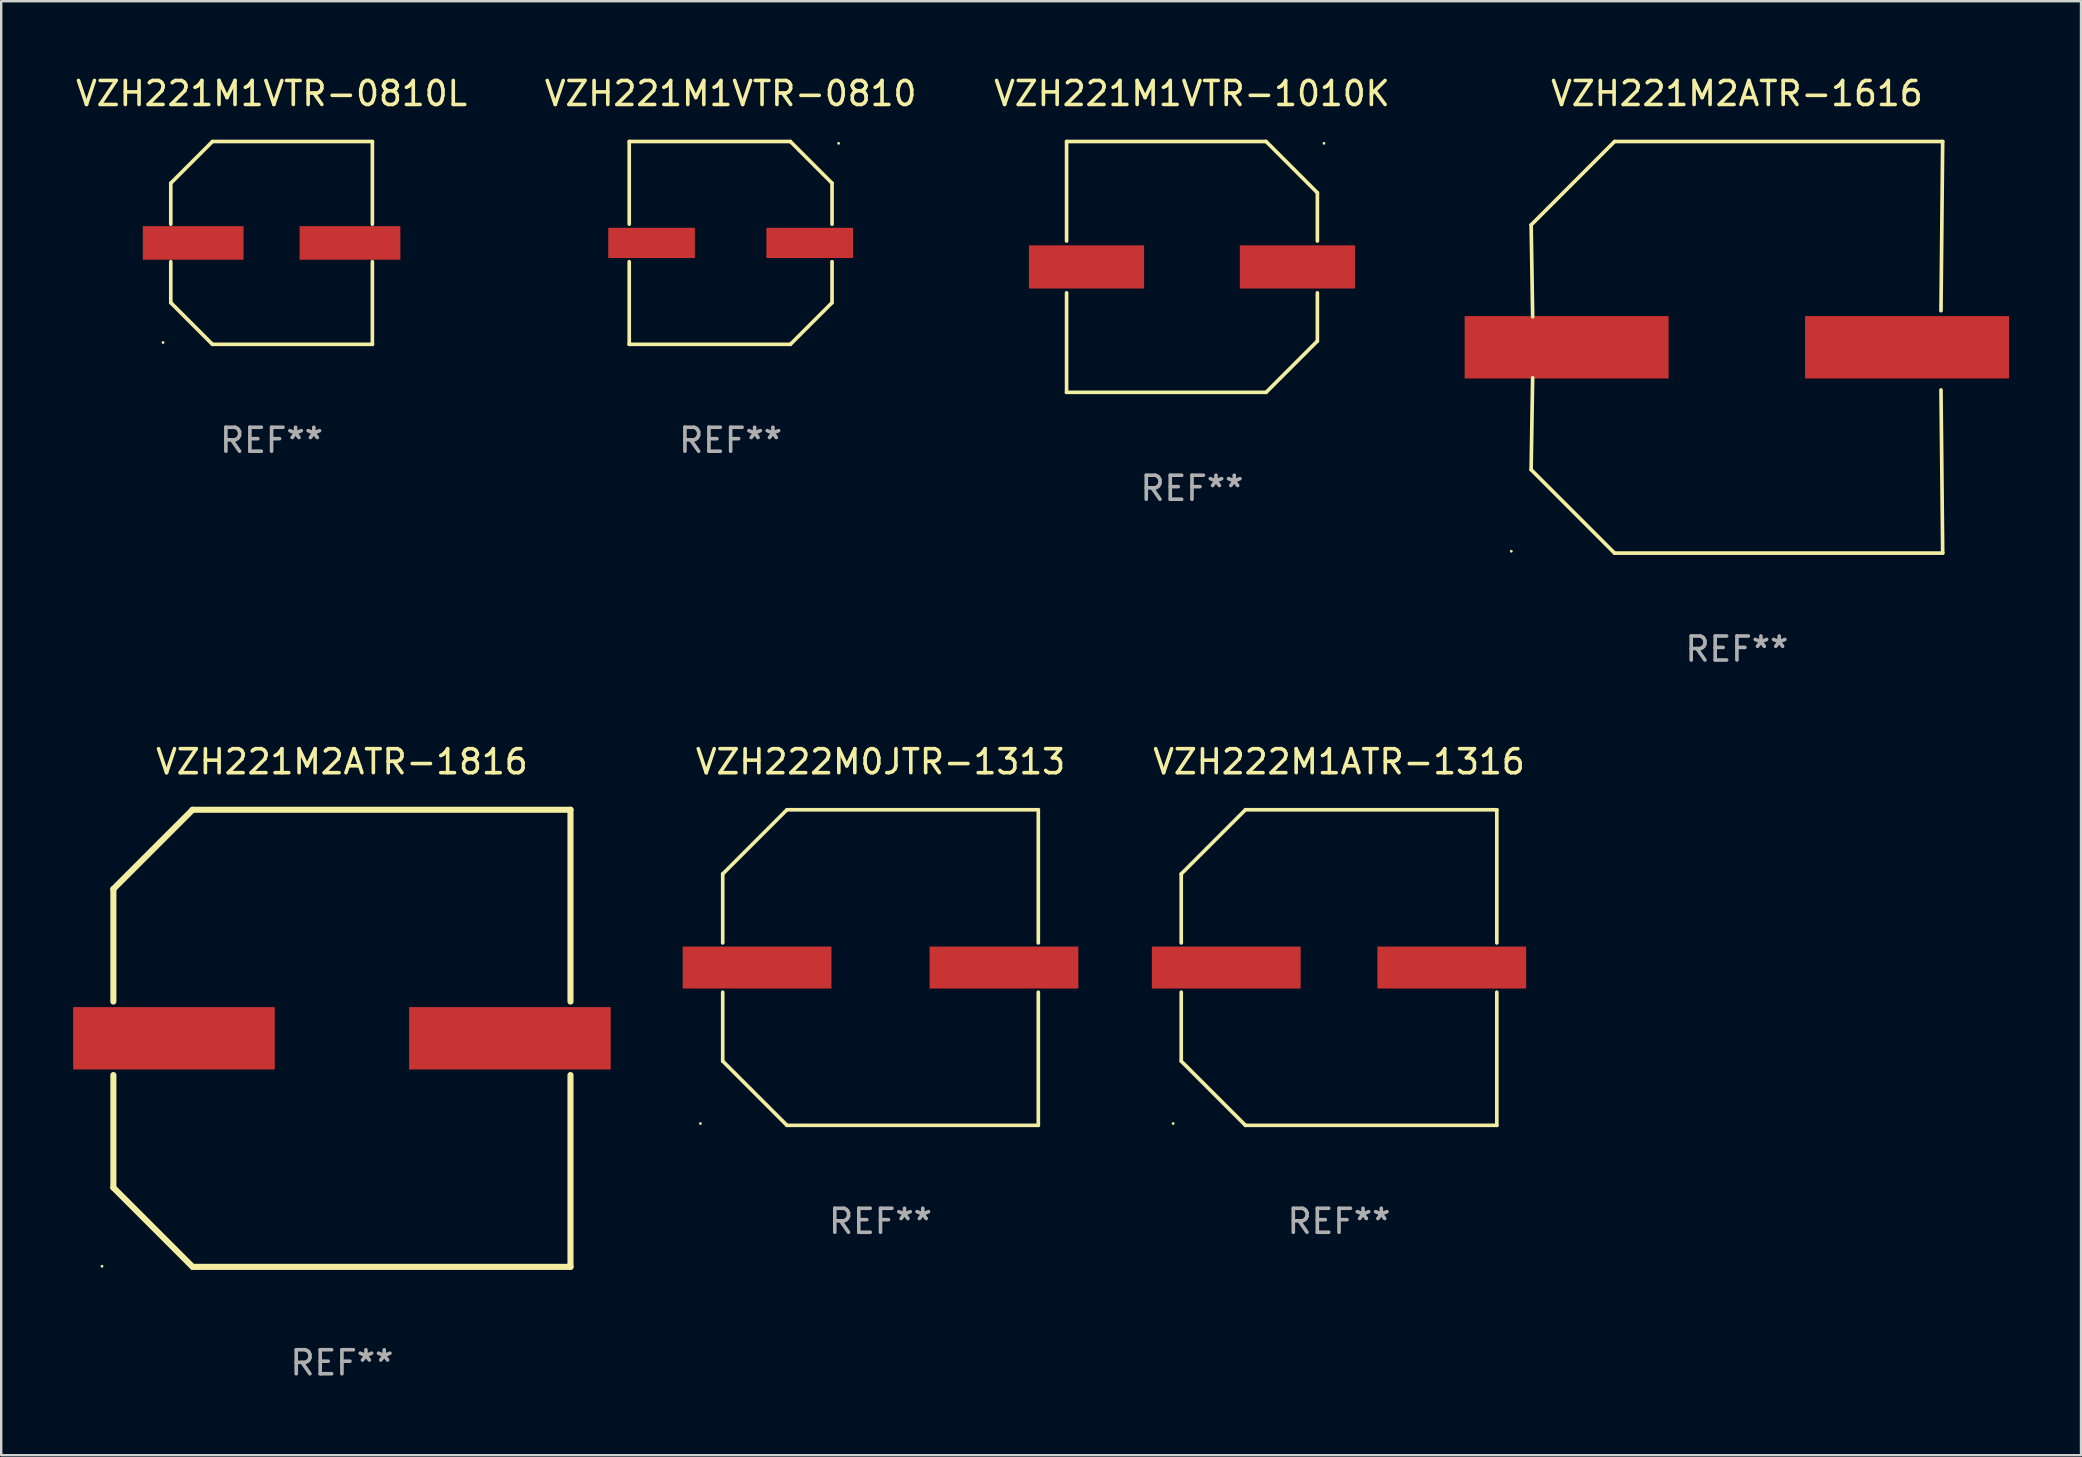
<source format=kicad_pcb>
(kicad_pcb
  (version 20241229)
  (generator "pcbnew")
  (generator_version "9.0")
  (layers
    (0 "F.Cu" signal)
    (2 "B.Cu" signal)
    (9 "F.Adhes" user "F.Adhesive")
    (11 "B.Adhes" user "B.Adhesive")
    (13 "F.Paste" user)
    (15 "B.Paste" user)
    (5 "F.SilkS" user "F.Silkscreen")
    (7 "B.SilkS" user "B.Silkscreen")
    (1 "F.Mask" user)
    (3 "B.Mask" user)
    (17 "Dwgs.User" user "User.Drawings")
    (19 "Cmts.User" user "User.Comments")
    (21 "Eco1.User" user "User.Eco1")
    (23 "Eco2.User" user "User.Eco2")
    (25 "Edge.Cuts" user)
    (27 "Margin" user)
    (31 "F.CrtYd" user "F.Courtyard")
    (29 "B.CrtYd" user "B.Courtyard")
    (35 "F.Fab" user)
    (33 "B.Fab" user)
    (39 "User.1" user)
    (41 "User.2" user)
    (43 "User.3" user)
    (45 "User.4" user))
  (footprint "VZH221M1VTR-0810L"
    (layer "F.Cu")
    (at 8.268 7.074)
    (property "Reference" "VZH221M1VTR-0810L" (at 0 -6.226 0) (layer "F.SilkS") (effects (font (size 1 1) (thickness 0.15))))
    (attr through_hole)
    (fp_line (start -4.201 -2.49) (end -4.201 -0.782) (stroke (width 0.152) (type solid)) (layer "F.SilkS"))
    (fp_line (start -4.201 2.49) (end -4.201 0.782) (stroke (width 0.152) (type solid)) (layer "F.SilkS"))
    (fp_line (start -2.465 -4.226) (end -4.201 -2.49) (stroke (width 0.152) (type solid)) (layer "F.SilkS"))
    (fp_line (start -2.465 4.226) (end -4.201 2.49) (stroke (width 0.152) (type solid)) (layer "F.SilkS"))
    (fp_line (start 4.201 -4.226) (end -2.465 -4.226) (stroke (width 0.152) (type solid)) (layer "F.SilkS"))
    (fp_line (start 4.201 -0.782) (end 4.201 -4.226) (stroke (width 0.152) (type solid)) (layer "F.SilkS"))
    (fp_line (start 4.201 0.782) (end 4.201 4.226) (stroke (width 0.152) (type solid)) (layer "F.SilkS"))
    (fp_line (start 4.201 4.226) (end -2.465 4.226) (stroke (width 0.152) (type solid)) (layer "F.SilkS"))
    (fp_circle (center -4.524 4.15) (end -4.494 4.15) (stroke (width 0.06) (type solid)) (fill no) (layer "F.SilkS"))
    (fp_text user "REF**" (at 0 8.226 0) (layer "F.Fab") (effects (font (size 1 1) (thickness 0.15))))
    (pad "1" smd rect (at -3.267 0) (size 4.2 1.4) (layers "F.Cu" "F.Mask" "F.Paste"))
    (pad "2" smd rect (at 3.267 0) (size 4.2 1.4) (layers "F.Cu" "F.Mask" "F.Paste")))
  (footprint "VZH222M0JTR-1313"
    (layer "F.Cu")
    (at 33.645 37.272)
    (property "Reference" "VZH222M0JTR-1313" (at 0 -8.576 0) (layer "F.SilkS") (effects (font (size 1 1) (thickness 0.15))))
    (attr through_hole)
    (fp_line (start -6.576 -3.9) (end -6.576 -1.027) (stroke (width 0.152) (type solid)) (layer "F.SilkS"))
    (fp_line (start -6.576 3.9) (end -6.576 1.027) (stroke (width 0.152) (type solid)) (layer "F.SilkS"))
    (fp_line (start -3.9 -6.576) (end -6.576 -3.9) (stroke (width 0.152) (type solid)) (layer "F.SilkS"))
    (fp_line (start -3.9 6.576) (end -6.576 3.9) (stroke (width 0.152) (type solid)) (layer "F.SilkS"))
    (fp_line (start 6.576 -6.576) (end -3.9 -6.576) (stroke (width 0.152) (type solid)) (layer "F.SilkS"))
    (fp_line (start 6.576 -1.027) (end 6.576 -6.576) (stroke (width 0.152) (type solid)) (layer "F.SilkS"))
    (fp_line (start 6.576 1.027) (end 6.576 6.576) (stroke (width 0.152) (type solid)) (layer "F.SilkS"))
    (fp_line (start 6.576 6.576) (end -3.9 6.576) (stroke (width 0.152) (type solid)) (layer "F.SilkS"))
    (fp_circle (center -7.506 6.5) (end -7.476 6.5) (stroke (width 0.06) (type solid)) (fill no) (layer "F.SilkS"))
    (fp_text user "REF**" (at 0 10.576 0) (layer "F.Fab") (effects (font (size 1 1) (thickness 0.15))))
    (pad "1" smd rect (at -5.145 0) (size 6.2 1.75) (layers "F.Cu" "F.Mask" "F.Paste"))
    (pad "2" smd rect (at 5.145 0) (size 6.2 1.75) (layers "F.Cu" "F.Mask" "F.Paste")))
  (footprint "VZH221M2ATR-1816"
    (layer "F.Cu")
    (at 11.2 40.221)
    (property "Reference" "VZH221M2ATR-1816" (at 0 -11.525 0) (layer "F.SilkS") (effects (font (size 1 1) (thickness 0.15))))
    (attr through_hole)
    (fp_line (start -9.525 -6.223) (end -9.525 -1.531) (stroke (width 0.254) (type solid)) (layer "F.SilkS"))
    (fp_line (start -9.525 1.531) (end -9.525 6.223) (stroke (width 0.254) (type solid)) (layer "F.SilkS"))
    (fp_line (start -9.525 6.223) (end -6.223 9.525) (stroke (width 0.254) (type solid)) (layer "F.SilkS"))
    (fp_line (start -6.223 -9.525) (end -9.525 -6.223) (stroke (width 0.254) (type solid)) (layer "F.SilkS"))
    (fp_line (start -6.223 9.525) (end 9.525 9.525) (stroke (width 0.254) (type solid)) (layer "F.SilkS"))
    (fp_line (start 9.525 -9.525) (end -6.223 -9.525) (stroke (width 0.254) (type solid)) (layer "F.SilkS"))
    (fp_line (start 9.525 -1.531) (end 9.525 -9.525) (stroke (width 0.254) (type solid)) (layer "F.SilkS"))
    (fp_line (start 9.525 9.525) (end 9.525 1.531) (stroke (width 0.254) (type solid)) (layer "F.SilkS"))
    (fp_circle (center -10 9.5) (end -9.97 9.5) (stroke (width 0.06) (type solid)) (fill no) (layer "F.SilkS"))
    (fp_text user "REF**" (at 0 13.525 0) (layer "F.Fab") (effects (font (size 1 1) (thickness 0.15))))
    (pad "1" smd rect (at -7 0) (size 8.4 2.6) (layers "F.Cu" "F.Mask" "F.Paste"))
    (pad "2" smd rect (at 7 0) (size 8.4 2.6) (layers "F.Cu" "F.Mask" "F.Paste")))
  (footprint "VZH222M1ATR-1316"
    (layer "F.Cu")
    (at 52.753 37.272)
    (property "Reference" "VZH222M1ATR-1316" (at 0 -8.576 0) (layer "F.SilkS") (effects (font (size 1 1) (thickness 0.15))))
    (attr through_hole)
    (fp_line (start -6.576 -3.9) (end -6.576 -1.027) (stroke (width 0.152) (type solid)) (layer "F.SilkS"))
    (fp_line (start -6.576 3.9) (end -6.576 1.027) (stroke (width 0.152) (type solid)) (layer "F.SilkS"))
    (fp_line (start -3.9 -6.576) (end -6.576 -3.9) (stroke (width 0.152) (type solid)) (layer "F.SilkS"))
    (fp_line (start -3.9 6.576) (end -6.576 3.9) (stroke (width 0.152) (type solid)) (layer "F.SilkS"))
    (fp_line (start 6.576 -6.576) (end -3.9 -6.576) (stroke (width 0.152) (type solid)) (layer "F.SilkS"))
    (fp_line (start 6.576 -1.027) (end 6.576 -6.576) (stroke (width 0.152) (type solid)) (layer "F.SilkS"))
    (fp_line (start 6.576 1.027) (end 6.576 6.576) (stroke (width 0.152) (type solid)) (layer "F.SilkS"))
    (fp_line (start 6.576 6.576) (end -3.9 6.576) (stroke (width 0.152) (type solid)) (layer "F.SilkS"))
    (fp_circle (center -6.913 6.5) (end -6.883 6.5) (stroke (width 0.06) (type solid)) (fill no) (layer "F.SilkS"))
    (fp_text user "REF**" (at 0 10.576 0) (layer "F.Fab") (effects (font (size 1 1) (thickness 0.15))))
    (pad "1" smd rect (at -4.7 0) (size 6.2 1.75) (layers "F.Cu" "F.Mask" "F.Paste"))
    (pad "2" smd rect (at 4.7 0) (size 6.2 1.75) (layers "F.Cu" "F.Mask" "F.Paste")))
  (footprint "VZH221M1VTR-0810"
    (layer "F.Cu")
    (at 27.399 7.074)
    (property "Reference" "VZH221M1VTR-0810" (at 0 -6.226 0) (layer "F.SilkS") (effects (font (size 1 1) (thickness 0.15))))
    (attr through_hole)
    (fp_line (start -4.226 -4.226) (end 2.49 -4.226) (stroke (width 0.152) (type solid)) (layer "F.SilkS"))
    (fp_line (start -4.226 -0.782) (end -4.226 -4.226) (stroke (width 0.152) (type solid)) (layer "F.SilkS"))
    (fp_line (start -4.226 0.782) (end -4.226 4.226) (stroke (width 0.152) (type solid)) (layer "F.SilkS"))
    (fp_line (start -4.226 4.226) (end 2.49 4.226) (stroke (width 0.152) (type solid)) (layer "F.SilkS"))
    (fp_line (start 2.49 -4.226) (end 4.226 -2.49) (stroke (width 0.152) (type solid)) (layer "F.SilkS"))
    (fp_line (start 2.49 4.226) (end 4.226 2.49) (stroke (width 0.152) (type solid)) (layer "F.SilkS"))
    (fp_line (start 4.226 -2.49) (end 4.226 -0.782) (stroke (width 0.152) (type solid)) (layer "F.SilkS"))
    (fp_line (start 4.226 2.49) (end 4.226 0.782) (stroke (width 0.152) (type solid)) (layer "F.SilkS"))
    (fp_circle (center 4.5 -4.15) (end 4.53 -4.15) (stroke (width 0.06) (type solid)) (fill no) (layer "F.SilkS"))
    (fp_text user "REF**" (at 0 8.226 0) (layer "F.Fab") (effects (font (size 1 1) (thickness 0.15))))
    (pad "1" smd rect (at 3.295 0 180) (size 3.61 1.26) (layers "F.Cu" "F.Mask" "F.Paste"))
    (pad "2" smd rect (at -3.295 0 180) (size 3.61 1.26) (layers "F.Cu" "F.Mask" "F.Paste")))
  (footprint "VZH221M1VTR-1010K"
    (layer "F.Cu")
    (at 46.625 8.074)
    (property "Reference" "VZH221M1VTR-1010K" (at 0 -7.226 0) (layer "F.SilkS") (effects (font (size 1 1) (thickness 0.15))))
    (attr through_hole)
    (fp_line (start -5.226 -5.226) (end -5.226 -1.08) (stroke (width 0.152) (type solid)) (layer "F.SilkS"))
    (fp_line (start -5.226 -5.226) (end 3.09 -5.226) (stroke (width 0.152) (type solid)) (layer "F.SilkS"))
    (fp_line (start -5.226 1.08) (end -5.226 5.226) (stroke (width 0.152) (type solid)) (layer "F.SilkS"))
    (fp_line (start -5.226 5.226) (end 3.09 5.226) (stroke (width 0.152) (type solid)) (layer "F.SilkS"))
    (fp_line (start 3.09 -5.226) (end 5.226 -3.09) (stroke (width 0.152) (type solid)) (layer "F.SilkS"))
    (fp_line (start 3.09 5.226) (end 5.226 3.09) (stroke (width 0.152) (type solid)) (layer "F.SilkS"))
    (fp_line (start 5.226 -1.08) (end 5.226 -3.09) (stroke (width 0.152) (type solid)) (layer "F.SilkS"))
    (fp_line (start 5.226 3.09) (end 5.226 1.08) (stroke (width 0.152) (type solid)) (layer "F.SilkS"))
    (fp_circle (center 5.5 -5.15) (end 5.53 -5.15) (stroke (width 0.06) (type solid)) (fill no) (layer "F.SilkS"))
    (fp_text user "REF**" (at 0 9.226 0) (layer "F.Fab") (effects (font (size 1 1) (thickness 0.15))))
    (pad "1" smd rect (at 4.395 0 180) (size 4.8 1.8) (layers "F.Cu" "F.Mask" "F.Paste"))
    (pad "2" smd rect (at -4.395 0 180) (size 4.8 1.8) (layers "F.Cu" "F.Mask" "F.Paste")))
  (footprint "VZH221M2ATR-1616"
    (layer "F.Cu")
    (at 69.335 11.424)
    (property "Reference" "VZH221M2ATR-1616" (at 0 -10.576 0) (layer "F.SilkS") (effects (font (size 1 1) (thickness 0.15))))
    (attr through_hole)
    (fp_line (start -8.576 5.099) (end -8.513 1.269) (stroke (width 0.152) (type solid)) (layer "F.SilkS"))
    (fp_line (start -8.575 -5.101) (end -8.512 -1.271) (stroke (width 0.152) (type solid)) (layer "F.SilkS"))
    (fp_line (start -5.1 -8.576) (end -8.575 -5.101) (stroke (width 0.152) (type solid)) (layer "F.SilkS"))
    (fp_line (start -5.1 8.576) (end -8.576 5.099) (stroke (width 0.152) (type solid)) (layer "F.SilkS"))
    (fp_line (start 8.505 -1.525) (end 8.575 -8.576) (stroke (width 0.152) (type solid)) (layer "F.SilkS"))
    (fp_line (start 8.505 1.777) (end 8.576 8.576) (stroke (width 0.152) (type solid)) (layer "F.SilkS"))
    (fp_line (start 8.575 -8.576) (end -5.1 -8.576) (stroke (width 0.152) (type solid)) (layer "F.SilkS"))
    (fp_line (start 8.576 8.576) (end -5.1 8.576) (stroke (width 0.152) (type solid)) (layer "F.SilkS"))
    (fp_circle (center -9.402 8.499) (end -9.372 8.499) (stroke (width 0.06) (type solid)) (fill no) (layer "F.SilkS"))
    (fp_text user "REF**" (at 0 12.576 0) (layer "F.Fab") (effects (font (size 1 1) (thickness 0.15))))
    (pad "1" smd rect (at -7.097 -0.001) (size 8.5 2.6) (layers "F.Cu" "F.Mask" "F.Paste"))
    (pad "2" smd rect (at 7.09 -0.001) (size 8.5 2.6) (layers "F.Cu" "F.Mask" "F.Paste")))
  (gr_rect
    (start -3 -3)
    (end 83.675 57.594)
    (stroke (width 0.1) (type default))
    (fill no)
    (layer "Edge.Cuts")))
</source>
